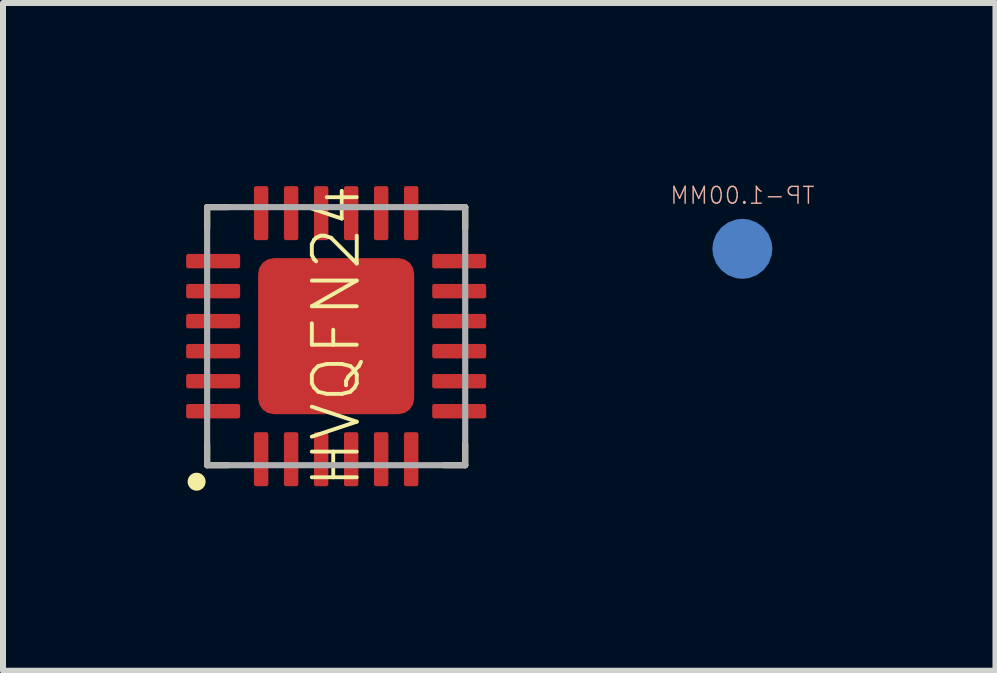
<source format=kicad_pcb>
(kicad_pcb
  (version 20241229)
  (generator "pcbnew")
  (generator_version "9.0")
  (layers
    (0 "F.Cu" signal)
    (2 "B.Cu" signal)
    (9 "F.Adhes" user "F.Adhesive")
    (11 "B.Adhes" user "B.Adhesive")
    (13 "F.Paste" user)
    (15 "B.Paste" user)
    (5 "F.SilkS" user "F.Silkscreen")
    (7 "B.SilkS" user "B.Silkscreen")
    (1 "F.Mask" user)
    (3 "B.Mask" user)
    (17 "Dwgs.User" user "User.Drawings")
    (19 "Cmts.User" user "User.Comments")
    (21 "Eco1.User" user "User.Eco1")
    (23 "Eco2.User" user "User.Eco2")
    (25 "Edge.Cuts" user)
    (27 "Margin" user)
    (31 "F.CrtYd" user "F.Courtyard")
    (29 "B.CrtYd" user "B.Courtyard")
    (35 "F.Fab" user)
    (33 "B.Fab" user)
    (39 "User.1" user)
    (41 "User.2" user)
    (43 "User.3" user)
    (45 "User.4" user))
  (footprint "TP-1.00MM"
    (layer "F.Cu")
    (at 9.319 1.096)
    (property "Reference" "TP-1.00MM" (at 0 -0.889 0) (layer "B.SilkS") (effects (font (size 0.28 0.28) (thickness 0.024)) (justify mirror)))
    (pad "X" smd roundrect (at 0 0) (size 1 1) (layers "B.Cu" "B.Mask") (roundrect_rratio 0.5)))
  (footprint "HVQFN24"
    (layer "F.Cu")
    (at 2.551 2.551)
    (property "Reference" "HVQFN24" (at 0 0 90) (layer "F.SilkS") (effects (font (size 0.748 0.748) (thickness 0.065))))
    (fp_poly (pts (xy -1.549 -1.099) (xy -2.551 -1.099) (xy -2.551 -1.451) (xy -1.549 -1.451)) (stroke (width 0) (type default)) (fill yes) (layer "F.Mask"))
    (fp_poly (pts (xy -1.549 -0.599) (xy -2.551 -0.599) (xy -2.551 -0.901) (xy -1.549 -0.901)) (stroke (width 0) (type default)) (fill yes) (layer "F.Mask"))
    (fp_poly (pts (xy -1.549 -0.099) (xy -2.551 -0.099) (xy -2.551 -0.401) (xy -1.549 -0.401)) (stroke (width 0) (type default)) (fill yes) (layer "F.Mask"))
    (fp_poly (pts (xy -1.549 0.401) (xy -2.551 0.401) (xy -2.551 0.099) (xy -1.549 0.099)) (stroke (width 0) (type default)) (fill yes) (layer "F.Mask"))
    (fp_poly (pts (xy -1.549 0.901) (xy -2.551 0.901) (xy -2.551 0.599) (xy -1.549 0.599)) (stroke (width 0) (type default)) (fill yes) (layer "F.Mask"))
    (fp_poly (pts (xy -1.549 1.451) (xy -2.551 1.451) (xy -2.551 1.099) (xy -1.549 1.099)) (stroke (width 0) (type default)) (fill yes) (layer "F.Mask"))
    (fp_poly (pts (xy -1.099 -1.549) (xy -1.451 -1.549) (xy -1.451 -2.551) (xy -1.099 -2.551)) (stroke (width 0) (type default)) (fill yes) (layer "F.Mask"))
    (fp_poly (pts (xy -1.099 2.551) (xy -1.451 2.551) (xy -1.451 1.549) (xy -1.099 1.549)) (stroke (width 0) (type default)) (fill yes) (layer "F.Mask"))
    (fp_poly (pts (xy -0.599 -1.549) (xy -0.901 -1.549) (xy -0.901 -2.551) (xy -0.599 -2.551)) (stroke (width 0) (type default)) (fill yes) (layer "F.Mask"))
    (fp_poly (pts (xy -0.599 2.551) (xy -0.901 2.551) (xy -0.901 1.549) (xy -0.599 1.549)) (stroke (width 0) (type default)) (fill yes) (layer "F.Mask"))
    (fp_poly (pts (xy -0.099 -1.549) (xy -0.401 -1.549) (xy -0.401 -2.551) (xy -0.099 -2.551)) (stroke (width 0) (type default)) (fill yes) (layer "F.Mask"))
    (fp_poly (pts (xy -0.099 2.551) (xy -0.401 2.551) (xy -0.401 1.549) (xy -0.099 1.549)) (stroke (width 0) (type default)) (fill yes) (layer "F.Mask"))
    (fp_poly (pts (xy 0.401 -1.549) (xy 0.099 -1.549) (xy 0.099 -2.551) (xy 0.401 -2.551)) (stroke (width 0) (type default)) (fill yes) (layer "F.Mask"))
    (fp_poly (pts (xy 0.401 2.551) (xy 0.099 2.551) (xy 0.099 1.549) (xy 0.401 1.549)) (stroke (width 0) (type default)) (fill yes) (layer "F.Mask"))
    (fp_poly (pts (xy 0.901 -1.549) (xy 0.599 -1.549) (xy 0.599 -2.551) (xy 0.901 -2.551)) (stroke (width 0) (type default)) (fill yes) (layer "F.Mask"))
    (fp_poly (pts (xy 0.901 2.551) (xy 0.599 2.551) (xy 0.599 1.549) (xy 0.901 1.549)) (stroke (width 0) (type default)) (fill yes) (layer "F.Mask"))
    (fp_poly (pts (xy 1.375 1.385) (xy -1.375 1.385) (xy -1.375 -1.365) (xy 1.375 -1.365)) (stroke (width 0) (type default)) (fill yes) (layer "F.Mask"))
    (fp_poly (pts (xy 1.451 -1.549) (xy 1.099 -1.549) (xy 1.099 -2.551) (xy 1.451 -2.551)) (stroke (width 0) (type default)) (fill yes) (layer "F.Mask"))
    (fp_poly (pts (xy 1.451 2.551) (xy 1.099 2.551) (xy 1.099 1.549) (xy 1.451 1.549)) (stroke (width 0) (type default)) (fill yes) (layer "F.Mask"))
    (fp_poly (pts (xy 2.551 -1.099) (xy 1.549 -1.099) (xy 1.549 -1.451) (xy 2.551 -1.451)) (stroke (width 0) (type default)) (fill yes) (layer "F.Mask"))
    (fp_poly (pts (xy 2.551 -0.599) (xy 1.549 -0.599) (xy 1.549 -0.901) (xy 2.551 -0.901)) (stroke (width 0) (type default)) (fill yes) (layer "F.Mask"))
    (fp_poly (pts (xy 2.551 -0.099) (xy 1.549 -0.099) (xy 1.549 -0.401) (xy 2.551 -0.401)) (stroke (width 0) (type default)) (fill yes) (layer "F.Mask"))
    (fp_poly (pts (xy 2.551 0.401) (xy 1.549 0.401) (xy 1.549 0.099) (xy 2.551 0.099)) (stroke (width 0) (type default)) (fill yes) (layer "F.Mask"))
    (fp_poly (pts (xy 2.551 0.901) (xy 1.549 0.901) (xy 1.549 0.599) (xy 2.551 0.599)) (stroke (width 0) (type default)) (fill yes) (layer "F.Mask"))
    (fp_poly (pts (xy 2.551 1.451) (xy 1.549 1.451) (xy 1.549 1.099) (xy 2.551 1.099)) (stroke (width 0) (type default)) (fill yes) (layer "F.Mask"))
    (fp_line (start -2.15 -2.15) (end -1.8 -2.15) (stroke (width 0.102) (type solid)) (layer "F.SilkS"))
    (fp_line (start -2.15 -1.8) (end -2.15 -2.15) (stroke (width 0.102) (type solid)) (layer "F.SilkS"))
    (fp_line (start -2.15 2.15) (end -2.15 1.8) (stroke (width 0.102) (type solid)) (layer "F.SilkS"))
    (fp_line (start -1.8 2.15) (end -2.15 2.15) (stroke (width 0.102) (type solid)) (layer "F.SilkS"))
    (fp_line (start 1.8 -2.15) (end 2.15 -2.15) (stroke (width 0.102) (type solid)) (layer "F.SilkS"))
    (fp_line (start 2.15 -2.15) (end 2.15 -1.8) (stroke (width 0.102) (type solid)) (layer "F.SilkS"))
    (fp_line (start 2.15 1.8) (end 2.15 2.15) (stroke (width 0.102) (type solid)) (layer "F.SilkS"))
    (fp_line (start 2.15 2.15) (end 1.8 2.15) (stroke (width 0.102) (type solid)) (layer "F.SilkS"))
    (fp_circle (center -2.325 2.425) (end -2.25 2.425) (stroke (width 0.15) (type solid)) (fill yes) (layer "F.SilkS"))
    (fp_poly (pts (xy -1.624 -1.139) (xy -2.476 -1.139) (xy -2.476 -1.361) (xy -1.624 -1.361)) (stroke (width 0) (type default)) (fill yes) (layer "F.Paste"))
    (fp_poly (pts (xy -1.624 -1.139) (xy -2.476 -1.139) (xy -2.476 -1.361) (xy -1.624 -1.361)) (stroke (width 0) (type default)) (fill yes) (layer "F.Paste"))
    (fp_poly (pts (xy -1.624 -0.639) (xy -2.476 -0.639) (xy -2.476 -0.861) (xy -1.624 -0.861)) (stroke (width 0) (type default)) (fill yes) (layer "F.Paste"))
    (fp_poly (pts (xy -1.624 -0.639) (xy -2.476 -0.639) (xy -2.476 -0.861) (xy -1.624 -0.861)) (stroke (width 0) (type default)) (fill yes) (layer "F.Paste"))
    (fp_poly (pts (xy -1.624 -0.139) (xy -2.476 -0.139) (xy -2.476 -0.361) (xy -1.624 -0.361)) (stroke (width 0) (type default)) (fill yes) (layer "F.Paste"))
    (fp_poly (pts (xy -1.624 -0.13) (xy -2.479 -0.267) (xy -2.472 -0.361) (xy -1.624 -0.361)) (stroke (width 0) (type default)) (fill yes) (layer "F.Paste"))
    (fp_poly (pts (xy -1.624 0.361) (xy -2.476 0.361) (xy -2.476 0.139) (xy -1.624 0.139)) (stroke (width 0) (type default)) (fill yes) (layer "F.Paste"))
    (fp_poly (pts (xy -1.624 0.361) (xy -2.476 0.361) (xy -2.476 0.139) (xy -1.624 0.139)) (stroke (width 0) (type default)) (fill yes) (layer "F.Paste"))
    (fp_poly (pts (xy -1.624 0.861) (xy -2.476 0.861) (xy -2.476 0.639) (xy -1.624 0.639)) (stroke (width 0) (type default)) (fill yes) (layer "F.Paste"))
    (fp_poly (pts (xy -1.624 0.87) (xy -2.479 0.733) (xy -2.472 0.639) (xy -1.624 0.639)) (stroke (width 0) (type default)) (fill yes) (layer "F.Paste"))
    (fp_poly (pts (xy -1.624 1.361) (xy -2.476 1.361) (xy -2.476 1.139) (xy -1.624 1.139)) (stroke (width 0) (type default)) (fill yes) (layer "F.Paste"))
    (fp_poly (pts (xy -1.624 1.361) (xy -2.476 1.361) (xy -2.476 1.139) (xy -1.624 1.139)) (stroke (width 0) (type default)) (fill yes) (layer "F.Paste"))
    (fp_poly (pts (xy -1.139 -1.624) (xy -1.361 -1.624) (xy -1.361 -2.476) (xy -1.139 -2.476)) (stroke (width 0) (type default)) (fill yes) (layer "F.Paste"))
    (fp_poly (pts (xy -0.85 -0.54) (xy -0.85 -1.14) (xy -1.15 -1.14) (xy -1.15 -0.54)) (stroke (width 0) (type default)) (fill yes) (layer "F.Paste"))
    (fp_poly (pts (xy -0.85 0.31) (xy -0.85 -0.29) (xy -1.15 -0.29) (xy -1.15 0.31)) (stroke (width 0) (type default)) (fill yes) (layer "F.Paste"))
    (fp_poly (pts (xy -0.85 1.16) (xy -0.85 0.56) (xy -1.15 0.56) (xy -1.15 1.16)) (stroke (width 0) (type default)) (fill yes) (layer "F.Paste"))
    (fp_poly (pts (xy -0.639 -1.624) (xy -0.861 -1.624) (xy -0.861 -2.476) (xy -0.639 -2.476)) (stroke (width 0) (type default)) (fill yes) (layer "F.Paste"))
    (fp_poly (pts (xy -0.639 2.476) (xy -0.861 2.476) (xy -0.861 1.624) (xy -0.639 1.624)) (stroke (width 0) (type default)) (fill yes) (layer "F.Paste"))
    (fp_poly (pts (xy -0.35 -0.54) (xy -0.35 -1.14) (xy -0.65 -1.14) (xy -0.65 -0.54)) (stroke (width 0) (type default)) (fill yes) (layer "F.Paste"))
    (fp_poly (pts (xy -0.35 0.31) (xy -0.35 -0.29) (xy -0.65 -0.29) (xy -0.65 0.31)) (stroke (width 0) (type default)) (fill yes) (layer "F.Paste"))
    (fp_poly (pts (xy -0.35 1.16) (xy -0.35 0.56) (xy -0.65 0.56) (xy -0.65 1.16)) (stroke (width 0) (type default)) (fill yes) (layer "F.Paste"))
    (fp_poly (pts (xy -0.139 -1.624) (xy -0.361 -1.624) (xy -0.361 -2.476) (xy -0.139 -2.476)) (stroke (width 0) (type default)) (fill yes) (layer "F.Paste"))
    (fp_poly (pts (xy -0.139 2.476) (xy -0.361 2.476) (xy -0.361 1.624) (xy -0.139 1.624)) (stroke (width 0) (type default)) (fill yes) (layer "F.Paste"))
    (fp_poly (pts (xy 0.15 -0.54) (xy 0.15 -1.14) (xy -0.15 -1.14) (xy -0.15 -0.54)) (stroke (width 0) (type default)) (fill yes) (layer "F.Paste"))
    (fp_poly (pts (xy 0.15 0.31) (xy 0.15 -0.29) (xy -0.15 -0.29) (xy -0.15 0.31)) (stroke (width 0) (type default)) (fill yes) (layer "F.Paste"))
    (fp_poly (pts (xy 0.15 1.16) (xy 0.15 0.56) (xy -0.15 0.56) (xy -0.15 1.16)) (stroke (width 0) (type default)) (fill yes) (layer "F.Paste"))
    (fp_poly (pts (xy 0.361 -1.624) (xy 0.139 -1.624) (xy 0.139 -2.476) (xy 0.361 -2.476)) (stroke (width 0) (type default)) (fill yes) (layer "F.Paste"))
    (fp_poly (pts (xy 0.361 2.476) (xy 0.139 2.476) (xy 0.139 1.624) (xy 0.361 1.624)) (stroke (width 0) (type default)) (fill yes) (layer "F.Paste"))
    (fp_poly (pts (xy 0.65 -0.54) (xy 0.65 -1.14) (xy 0.35 -1.14) (xy 0.35 -0.54)) (stroke (width 0) (type default)) (fill yes) (layer "F.Paste"))
    (fp_poly (pts (xy 0.65 0.31) (xy 0.65 -0.29) (xy 0.35 -0.29) (xy 0.35 0.31)) (stroke (width 0) (type default)) (fill yes) (layer "F.Paste"))
    (fp_poly (pts (xy 0.65 1.16) (xy 0.65 0.56) (xy 0.35 0.56) (xy 0.35 1.16)) (stroke (width 0) (type default)) (fill yes) (layer "F.Paste"))
    (fp_poly (pts (xy 0.861 -1.624) (xy 0.639 -1.624) (xy 0.639 -2.476) (xy 0.861 -2.476)) (stroke (width 0) (type default)) (fill yes) (layer "F.Paste"))
    (fp_poly (pts (xy 0.861 -1.624) (xy 0.639 -1.624) (xy 0.639 -2.476) (xy 0.861 -2.476)) (stroke (width 0) (type default)) (fill yes) (layer "F.Paste"))
    (fp_poly (pts (xy 0.861 2.476) (xy 0.639 2.476) (xy 0.639 1.624) (xy 0.861 1.624)) (stroke (width 0) (type default)) (fill yes) (layer "F.Paste"))
    (fp_poly (pts (xy 0.861 2.476) (xy 0.639 2.476) (xy 0.639 1.624) (xy 0.861 1.624)) (stroke (width 0) (type default)) (fill yes) (layer "F.Paste"))
    (fp_poly (pts (xy 1.15 -0.54) (xy 1.15 -1.14) (xy 0.85 -1.14) (xy 0.85 -0.54)) (stroke (width 0) (type default)) (fill yes) (layer "F.Paste"))
    (fp_poly (pts (xy 1.15 0.31) (xy 1.15 -0.29) (xy 0.85 -0.29) (xy 0.85 0.31)) (stroke (width 0) (type default)) (fill yes) (layer "F.Paste"))
    (fp_poly (pts (xy 1.15 1.16) (xy 1.15 0.56) (xy 0.85 0.56) (xy 0.85 1.16)) (stroke (width 0) (type default)) (fill yes) (layer "F.Paste"))
    (fp_poly (pts (xy 1.361 -1.624) (xy 1.139 -1.624) (xy 1.139 -2.476) (xy 1.361 -2.476)) (stroke (width 0) (type default)) (fill yes) (layer "F.Paste"))
    (fp_poly (pts (xy 1.361 -1.624) (xy 1.139 -1.624) (xy 1.139 -2.476) (xy 1.361 -2.476)) (stroke (width 0) (type default)) (fill yes) (layer "F.Paste"))
    (fp_poly (pts (xy 1.361 2.476) (xy 1.139 2.476) (xy 1.139 1.624) (xy 1.361 1.624)) (stroke (width 0) (type default)) (fill yes) (layer "F.Paste"))
    (fp_poly (pts (xy 1.361 2.476) (xy 1.139 2.476) (xy 1.139 1.624) (xy 1.361 1.624)) (stroke (width 0) (type default)) (fill yes) (layer "F.Paste"))
    (fp_poly (pts (xy 2.476 -1.139) (xy 1.624 -1.139) (xy 1.624 -1.361) (xy 2.476 -1.361)) (stroke (width 0) (type default)) (fill yes) (layer "F.Paste"))
    (fp_poly (pts (xy 2.476 -1.139) (xy 1.624 -1.139) (xy 1.624 -1.361) (xy 2.476 -1.361)) (stroke (width 0) (type default)) (fill yes) (layer "F.Paste"))
    (fp_poly (pts (xy 2.476 -0.639) (xy 1.624 -0.639) (xy 1.624 -0.861) (xy 2.476 -0.861)) (stroke (width 0) (type default)) (fill yes) (layer "F.Paste"))
    (fp_poly (pts (xy 2.476 -0.639) (xy 1.624 -0.639) (xy 1.624 -0.861) (xy 2.476 -0.861)) (stroke (width 0) (type default)) (fill yes) (layer "F.Paste"))
    (fp_poly (pts (xy 2.476 -0.139) (xy 1.624 -0.139) (xy 1.624 -0.361) (xy 2.476 -0.361)) (stroke (width 0) (type default)) (fill yes) (layer "F.Paste"))
    (fp_poly (pts (xy 2.476 -0.139) (xy 1.624 -0.139) (xy 1.624 -0.361) (xy 2.476 -0.361)) (stroke (width 0) (type default)) (fill yes) (layer "F.Paste"))
    (fp_poly (pts (xy 2.476 0.361) (xy 1.624 0.361) (xy 1.624 0.139) (xy 2.476 0.139)) (stroke (width 0) (type default)) (fill yes) (layer "F.Paste"))
    (fp_poly (pts (xy 2.476 0.361) (xy 1.624 0.361) (xy 1.624 0.139) (xy 2.476 0.139)) (stroke (width 0) (type default)) (fill yes) (layer "F.Paste"))
    (fp_poly (pts (xy 2.476 0.861) (xy 1.624 0.861) (xy 1.624 0.639) (xy 2.476 0.639)) (stroke (width 0) (type default)) (fill yes) (layer "F.Paste"))
    (fp_poly (pts (xy 2.476 0.87) (xy 1.621 0.733) (xy 1.628 0.639) (xy 2.476 0.639)) (stroke (width 0) (type default)) (fill yes) (layer "F.Paste"))
    (fp_poly (pts (xy 2.476 1.361) (xy 1.624 1.361) (xy 1.624 1.139) (xy 2.476 1.139)) (stroke (width 0) (type default)) (fill yes) (layer "F.Paste"))
    (fp_poly (pts (xy 2.476 1.361) (xy 1.624 1.361) (xy 1.624 1.139) (xy 2.476 1.139)) (stroke (width 0) (type default)) (fill yes) (layer "F.Paste"))
    (fp_poly (pts (xy -1.139 2.476) (xy -1.361 2.476) (xy -1.361 1.709) (xy -1.301 1.624) (xy -1.139 1.624)) (stroke (width 0) (type default)) (fill yes) (layer "F.Paste"))
    (fp_line (start -2.15 -2.15) (end 2.15 -2.15) (stroke (width 0.102) (type solid)) (layer "F.Fab"))
    (fp_line (start -2.15 2.15) (end -2.15 -2.15) (stroke (width 0.102) (type solid)) (layer "F.Fab"))
    (fp_line (start 2.15 -2.15) (end 2.15 2.15) (stroke (width 0.102) (type solid)) (layer "F.Fab"))
    (fp_line (start 2.15 2.15) (end -2.15 2.15) (stroke (width 0.102) (type solid)) (layer "F.Fab"))
    (pad "1" smd roundrect (at -1.25 2.05 90) (size 0.9 0.24) (layers "F.Cu") (roundrect_rratio 0.15))
    (pad "2" smd roundrect (at -0.75 2.05 90) (size 0.9 0.24) (layers "F.Cu") (roundrect_rratio 0.15))
    (pad "3" smd roundrect (at -0.25 2.05 90) (size 0.9 0.24) (layers "F.Cu") (roundrect_rratio 0.15))
    (pad "4" smd roundrect (at 0.25 2.05 90) (size 0.9 0.24) (layers "F.Cu") (roundrect_rratio 0.15))
    (pad "5" smd roundrect (at 0.75 2.05 90) (size 0.9 0.24) (layers "F.Cu") (roundrect_rratio 0.15))
    (pad "6" smd roundrect (at 1.25 2.05 90) (size 0.9 0.24) (layers "F.Cu") (roundrect_rratio 0.15))
    (pad "7" smd roundrect (at 2.05 1.25 180) (size 0.9 0.24) (layers "F.Cu") (roundrect_rratio 0.15))
    (pad "8" smd roundrect (at 2.05 0.75 180) (size 0.9 0.24) (layers "F.Cu") (roundrect_rratio 0.15))
    (pad "9" smd roundrect (at 2.05 0.25 180) (size 0.9 0.24) (layers "F.Cu") (roundrect_rratio 0.15))
    (pad "10" smd roundrect (at 2.05 -0.25 180) (size 0.9 0.24) (layers "F.Cu") (roundrect_rratio 0.15))
    (pad "11" smd roundrect (at 2.05 -0.75 180) (size 0.9 0.24) (layers "F.Cu") (roundrect_rratio 0.15))
    (pad "12" smd roundrect (at 2.05 -1.25 180) (size 0.9 0.24) (layers "F.Cu") (roundrect_rratio 0.15))
    (pad "13" smd roundrect (at 1.25 -2.05 270) (size 0.9 0.24) (layers "F.Cu") (roundrect_rratio 0.15))
    (pad "14" smd roundrect (at 0.75 -2.05 270) (size 0.9 0.24) (layers "F.Cu") (roundrect_rratio 0.15))
    (pad "15" smd roundrect (at 0.25 -2.05 270) (size 0.9 0.24) (layers "F.Cu") (roundrect_rratio 0.15))
    (pad "16" smd roundrect (at -0.25 -2.05 270) (size 0.9 0.24) (layers "F.Cu") (roundrect_rratio 0.15))
    (pad "17" smd roundrect (at -0.75 -2.05 270) (size 0.9 0.24) (layers "F.Cu") (roundrect_rratio 0.15))
    (pad "18" smd roundrect (at -1.25 -2.05 270) (size 0.9 0.24) (layers "F.Cu") (roundrect_rratio 0.15))
    (pad "19" smd roundrect (at -2.05 -1.25 180) (size 0.9 0.24) (layers "F.Cu") (roundrect_rratio 0.15))
    (pad "20" smd roundrect (at -2.05 -0.75 180) (size 0.9 0.24) (layers "F.Cu") (roundrect_rratio 0.15))
    (pad "21" smd roundrect (at -2.05 -0.25 180) (size 0.9 0.24) (layers "F.Cu") (roundrect_rratio 0.15))
    (pad "22" smd roundrect (at -2.05 0.25 180) (size 0.9 0.24) (layers "F.Cu") (roundrect_rratio 0.15))
    (pad "23" smd roundrect (at -2.05 0.75 180) (size 0.9 0.24) (layers "F.Cu") (roundrect_rratio 0.15))
    (pad "24" smd roundrect (at -2.05 1.25 180) (size 0.9 0.24) (layers "F.Cu") (roundrect_rratio 0.15))
    (pad "EXP" smd roundrect (at 0 0 90) (size 2.6 2.6) (layers "F.Cu") (roundrect_rratio 0.1)))
  (gr_rect
    (start -3 -3)
    (end 13.536 8.126)
    (stroke (width 0.1) (type default))
    (fill no)
    (layer "Edge.Cuts")))
</source>
